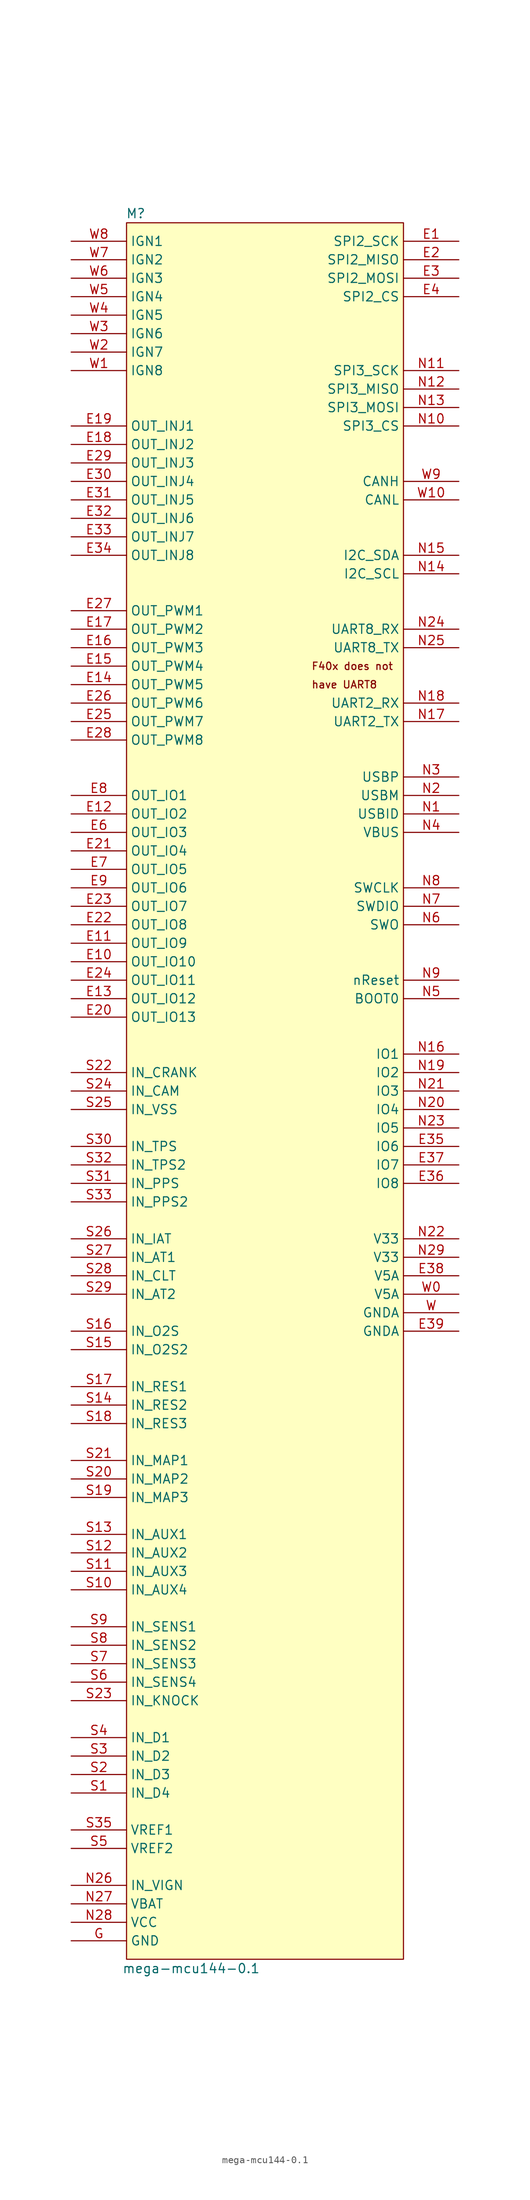
<source format=kicad_sym>
(kicad_symbol_lib
  (version 20211014)
  (generator kicad_symbol_editor)
  (symbol "mega-mcu144-0.1"
    (property "Reference" "M"
      (at 8.89 3.81 0)
      (effects (font (size 1.27 1.27))))
    (property "Value" "mega-mcu144-0.1"
      (at 16.51 -237.49 0)
      (effects (font (size 1.27 1.27))))
    (symbol "mega-mcu144-0.1_1_0"
      (rectangle (start 45.72 2.54) (end 7.62 -236.22) (stroke (width 0) (type default) (color 0 0 0 0)) (fill (type background)))
      (text "F40x does not" (at 33.02 -58.42 0) (effects (font (size 1.016 1.016)) (justify left)))
      (text "have UART8" (at 33.02 -60.96 0) (effects (font (size 1.016 1.016)) (justify left)))
      (pin passive line (at 53.34 0 180) (length 7.62) (name "SPI2_SCK" (effects (font (size 1.27 1.27)))) (number "E1" (effects (font (size 1.27 1.27)))))
      (pin passive line (at 0 -99.06 0) (length 7.62) (name "OUT_IO10" (effects (font (size 1.27 1.27)))) (number "E10" (effects (font (size 1.27 1.27)))))
      (pin passive line (at 0 -96.52 0) (length 7.62) (name "OUT_IO9" (effects (font (size 1.27 1.27)))) (number "E11" (effects (font (size 1.27 1.27)))))
      (pin passive line (at 0 -78.74 0) (length 7.62) (name "OUT_IO2" (effects (font (size 1.27 1.27)))) (number "E12" (effects (font (size 1.27 1.27)))))
      (pin passive line (at 0 -104.14 0) (length 7.62) (name "OUT_IO12" (effects (font (size 1.27 1.27)))) (number "E13" (effects (font (size 1.27 1.27)))))
      (pin passive line (at 0 -60.96 0) (length 7.62) (name "OUT_PWM5" (effects (font (size 1.27 1.27)))) (number "E14" (effects (font (size 1.27 1.27)))))
      (pin passive line (at 0 -58.42 0) (length 7.62) (name "OUT_PWM4" (effects (font (size 1.27 1.27)))) (number "E15" (effects (font (size 1.27 1.27)))))
      (pin passive line (at 0 -55.88 0) (length 7.62) (name "OUT_PWM3" (effects (font (size 1.27 1.27)))) (number "E16" (effects (font (size 1.27 1.27)))))
      (pin passive line (at 0 -53.34 0) (length 7.62) (name "OUT_PWM2" (effects (font (size 1.27 1.27)))) (number "E17" (effects (font (size 1.27 1.27)))))
      (pin passive line (at 0 -27.94 0) (length 7.62) (name "OUT_INJ2" (effects (font (size 1.27 1.27)))) (number "E18" (effects (font (size 1.27 1.27)))))
      (pin passive line (at 0 -25.4 0) (length 7.62) (name "OUT_INJ1" (effects (font (size 1.27 1.27)))) (number "E19" (effects (font (size 1.27 1.27)))))
      (pin passive line (at 53.34 -2.54 180) (length 7.62) (name "SPI2_MISO" (effects (font (size 1.27 1.27)))) (number "E2" (effects (font (size 1.27 1.27)))))
      (pin passive line (at 0 -106.68 0) (length 7.62) (name "OUT_IO13" (effects (font (size 1.27 1.27)))) (number "E20" (effects (font (size 1.27 1.27)))))
      (pin passive line (at 0 -83.82 0) (length 7.62) (name "OUT_IO4" (effects (font (size 1.27 1.27)))) (number "E21" (effects (font (size 1.27 1.27)))))
      (pin passive line (at 0 -93.98 0) (length 7.62) (name "OUT_IO8" (effects (font (size 1.27 1.27)))) (number "E22" (effects (font (size 1.27 1.27)))))
      (pin passive line (at 0 -91.44 0) (length 7.62) (name "OUT_IO7" (effects (font (size 1.27 1.27)))) (number "E23" (effects (font (size 1.27 1.27)))))
      (pin passive line (at 0 -101.6 0) (length 7.62) (name "OUT_IO11" (effects (font (size 1.27 1.27)))) (number "E24" (effects (font (size 1.27 1.27)))))
      (pin passive line (at 0 -66.04 0) (length 7.62) (name "OUT_PWM7" (effects (font (size 1.27 1.27)))) (number "E25" (effects (font (size 1.27 1.27)))))
      (pin passive line (at 0 -63.5 0) (length 7.62) (name "OUT_PWM6" (effects (font (size 1.27 1.27)))) (number "E26" (effects (font (size 1.27 1.27)))))
      (pin passive line (at 0 -50.8 0) (length 7.62) (name "OUT_PWM1" (effects (font (size 1.27 1.27)))) (number "E27" (effects (font (size 1.27 1.27)))))
      (pin passive line (at 0 -68.58 0) (length 7.62) (name "OUT_PWM8" (effects (font (size 1.27 1.27)))) (number "E28" (effects (font (size 1.27 1.27)))))
      (pin passive line (at 0 -30.48 0) (length 7.62) (name "OUT_INJ3" (effects (font (size 1.27 1.27)))) (number "E29" (effects (font (size 1.27 1.27)))))
      (pin passive line (at 53.34 -5.08 180) (length 7.62) (name "SPI2_MOSI" (effects (font (size 1.27 1.27)))) (number "E3" (effects (font (size 1.27 1.27)))))
      (pin passive line (at 0 -33.02 0) (length 7.62) (name "OUT_INJ4" (effects (font (size 1.27 1.27)))) (number "E30" (effects (font (size 1.27 1.27)))))
      (pin passive line (at 0 -35.56 0) (length 7.62) (name "OUT_INJ5" (effects (font (size 1.27 1.27)))) (number "E31" (effects (font (size 1.27 1.27)))))
      (pin passive line (at 0 -38.1 0) (length 7.62) (name "OUT_INJ6" (effects (font (size 1.27 1.27)))) (number "E32" (effects (font (size 1.27 1.27)))))
      (pin passive line (at 0 -40.64 0) (length 7.62) (name "OUT_INJ7" (effects (font (size 1.27 1.27)))) (number "E33" (effects (font (size 1.27 1.27)))))
      (pin passive line (at 0 -43.18 0) (length 7.62) (name "OUT_INJ8" (effects (font (size 1.27 1.27)))) (number "E34" (effects (font (size 1.27 1.27)))))
      (pin passive line (at 53.34 -124.46 180) (length 7.62) (name "IO6" (effects (font (size 1.27 1.27)))) (number "E35" (effects (font (size 1.27 1.27)))))
      (pin passive line (at 53.34 -129.54 180) (length 7.62) (name "IO8" (effects (font (size 1.27 1.27)))) (number "E36" (effects (font (size 1.27 1.27)))))
      (pin passive line (at 53.34 -127 180) (length 7.62) (name "IO7" (effects (font (size 1.27 1.27)))) (number "E37" (effects (font (size 1.27 1.27)))))
      (pin passive line (at 53.34 -142.24 180) (length 7.62) (name "V5A" (effects (font (size 1.27 1.27)))) (number "E38" (effects (font (size 1.27 1.27)))))
      (pin passive line (at 53.34 -149.86 180) (length 7.62) (name "GNDA" (effects (font (size 1.27 1.27)))) (number "E39" (effects (font (size 1.27 1.27)))))
      (pin passive line (at 53.34 -7.62 180) (length 7.62) (name "SPI2_CS" (effects (font (size 1.27 1.27)))) (number "E4" (effects (font (size 1.27 1.27)))))
      (pin passive line (at 0 -81.28 0) (length 7.62) (name "OUT_IO3" (effects (font (size 1.27 1.27)))) (number "E6" (effects (font (size 1.27 1.27)))))
      (pin passive line (at 0 -86.36 0) (length 7.62) (name "OUT_IO5" (effects (font (size 1.27 1.27)))) (number "E7" (effects (font (size 1.27 1.27)))))
      (pin passive line (at 0 -76.2 0) (length 7.62) (name "OUT_IO1" (effects (font (size 1.27 1.27)))) (number "E8" (effects (font (size 1.27 1.27)))))
      (pin passive line (at 0 -88.9 0) (length 7.62) (name "OUT_IO6" (effects (font (size 1.27 1.27)))) (number "E9" (effects (font (size 1.27 1.27)))))
      (pin passive line (at 0 -233.68 0) (length 7.62) (name "GND" (effects (font (size 1.27 1.27)))) (number "G" (effects (font (size 1.27 1.27)))))
      (pin passive line (at 53.34 -78.74 180) (length 7.62) (name "USBID" (effects (font (size 1.27 1.27)))) (number "N1" (effects (font (size 1.27 1.27)))))
      (pin passive line (at 53.34 -25.4 180) (length 7.62) (name "SPI3_CS" (effects (font (size 1.27 1.27)))) (number "N10" (effects (font (size 1.27 1.27)))))
      (pin passive line (at 53.34 -17.78 180) (length 7.62) (name "SPI3_SCK" (effects (font (size 1.27 1.27)))) (number "N11" (effects (font (size 1.27 1.27)))))
      (pin passive line (at 53.34 -20.32 180) (length 7.62) (name "SPI3_MISO" (effects (font (size 1.27 1.27)))) (number "N12" (effects (font (size 1.27 1.27)))))
      (pin passive line (at 53.34 -22.86 180) (length 7.62) (name "SPI3_MOSI" (effects (font (size 1.27 1.27)))) (number "N13" (effects (font (size 1.27 1.27)))))
      (pin passive line (at 53.34 -45.72 180) (length 7.62) (name "I2C_SCL" (effects (font (size 1.27 1.27)))) (number "N14" (effects (font (size 1.27 1.27)))))
      (pin passive line (at 53.34 -43.18 180) (length 7.62) (name "I2C_SDA" (effects (font (size 1.27 1.27)))) (number "N15" (effects (font (size 1.27 1.27)))))
      (pin passive line (at 53.34 -111.76 180) (length 7.62) (name "IO1" (effects (font (size 1.27 1.27)))) (number "N16" (effects (font (size 1.27 1.27)))))
      (pin passive line (at 53.34 -66.04 180) (length 7.62) (name "UART2_TX" (effects (font (size 1.27 1.27)))) (number "N17" (effects (font (size 1.27 1.27)))))
      (pin passive line (at 53.34 -63.5 180) (length 7.62) (name "UART2_RX" (effects (font (size 1.27 1.27)))) (number "N18" (effects (font (size 1.27 1.27)))))
      (pin passive line (at 53.34 -114.3 180) (length 7.62) (name "IO2" (effects (font (size 1.27 1.27)))) (number "N19" (effects (font (size 1.27 1.27)))))
      (pin passive line (at 53.34 -76.2 180) (length 7.62) (name "USBM" (effects (font (size 1.27 1.27)))) (number "N2" (effects (font (size 1.27 1.27)))))
      (pin passive line (at 53.34 -119.38 180) (length 7.62) (name "IO4" (effects (font (size 1.27 1.27)))) (number "N20" (effects (font (size 1.27 1.27)))))
      (pin passive line (at 53.34 -116.84 180) (length 7.62) (name "IO3" (effects (font (size 1.27 1.27)))) (number "N21" (effects (font (size 1.27 1.27)))))
      (pin passive line (at 53.34 -137.16 180) (length 7.62) (name "V33" (effects (font (size 1.27 1.27)))) (number "N22" (effects (font (size 1.27 1.27)))))
      (pin passive line (at 53.34 -121.92 180) (length 7.62) (name "IO5" (effects (font (size 1.27 1.27)))) (number "N23" (effects (font (size 1.27 1.27)))))
      (pin passive line (at 53.34 -53.34 180) (length 7.62) (name "UART8_RX" (effects (font (size 1.27 1.27)))) (number "N24" (effects (font (size 1.27 1.27)))))
      (pin passive line (at 53.34 -55.88 180) (length 7.62) (name "UART8_TX" (effects (font (size 1.27 1.27)))) (number "N25" (effects (font (size 1.27 1.27)))))
      (pin passive line (at 0 -226.06 0) (length 7.62) (name "IN_VIGN" (effects (font (size 1.27 1.27)))) (number "N26" (effects (font (size 1.27 1.27)))))
      (pin passive line (at 0 -228.6 0) (length 7.62) (name "VBAT" (effects (font (size 1.27 1.27)))) (number "N27" (effects (font (size 1.27 1.27)))))
      (pin passive line (at 0 -231.14 0) (length 7.62) (name "VCC" (effects (font (size 1.27 1.27)))) (number "N28" (effects (font (size 1.27 1.27)))))
      (pin passive line (at 53.34 -139.7 180) (length 7.62) (name "V33" (effects (font (size 1.27 1.27)))) (number "N29" (effects (font (size 1.27 1.27)))))
      (pin passive line (at 53.34 -73.66 180) (length 7.62) (name "USBP" (effects (font (size 1.27 1.27)))) (number "N3" (effects (font (size 1.27 1.27)))))
      (pin passive line (at 53.34 -81.28 180) (length 7.62) (name "VBUS" (effects (font (size 1.27 1.27)))) (number "N4" (effects (font (size 1.27 1.27)))))
      (pin passive line (at 53.34 -104.14 180) (length 7.62) (name "BOOT0" (effects (font (size 1.27 1.27)))) (number "N5" (effects (font (size 1.27 1.27)))))
      (pin passive line (at 53.34 -93.98 180) (length 7.62) (name "SWO" (effects (font (size 1.27 1.27)))) (number "N6" (effects (font (size 1.27 1.27)))))
      (pin passive line (at 53.34 -91.44 180) (length 7.62) (name "SWDIO" (effects (font (size 1.27 1.27)))) (number "N7" (effects (font (size 1.27 1.27)))))
      (pin passive line (at 53.34 -88.9 180) (length 7.62) (name "SWCLK" (effects (font (size 1.27 1.27)))) (number "N8" (effects (font (size 1.27 1.27)))))
      (pin passive line (at 53.34 -101.6 180) (length 7.62) (name "nReset" (effects (font (size 1.27 1.27)))) (number "N9" (effects (font (size 1.27 1.27)))))
      (pin passive line (at 0 -213.36 0) (length 7.62) (name "IN_D4" (effects (font (size 1.27 1.27)))) (number "S1" (effects (font (size 1.27 1.27)))))
      (pin passive line (at 0 -185.42 0) (length 7.62) (name "IN_AUX4" (effects (font (size 1.27 1.27)))) (number "S10" (effects (font (size 1.27 1.27)))))
      (pin passive line (at 0 -182.88 0) (length 7.62) (name "IN_AUX3" (effects (font (size 1.27 1.27)))) (number "S11" (effects (font (size 1.27 1.27)))))
      (pin passive line (at 0 -180.34 0) (length 7.62) (name "IN_AUX2" (effects (font (size 1.27 1.27)))) (number "S12" (effects (font (size 1.27 1.27)))))
      (pin passive line (at 0 -177.8 0) (length 7.62) (name "IN_AUX1" (effects (font (size 1.27 1.27)))) (number "S13" (effects (font (size 1.27 1.27)))))
      (pin passive line (at 0 -160.02 0) (length 7.62) (name "IN_RES2" (effects (font (size 1.27 1.27)))) (number "S14" (effects (font (size 1.27 1.27)))))
      (pin passive line (at 0 -152.4 0) (length 7.62) (name "IN_O2S2" (effects (font (size 1.27 1.27)))) (number "S15" (effects (font (size 1.27 1.27)))))
      (pin passive line (at 0 -149.86 0) (length 7.62) (name "IN_O2S" (effects (font (size 1.27 1.27)))) (number "S16" (effects (font (size 1.27 1.27)))))
      (pin passive line (at 0 -157.48 0) (length 7.62) (name "IN_RES1" (effects (font (size 1.27 1.27)))) (number "S17" (effects (font (size 1.27 1.27)))))
      (pin passive line (at 0 -162.56 0) (length 7.62) (name "IN_RES3" (effects (font (size 1.27 1.27)))) (number "S18" (effects (font (size 1.27 1.27)))))
      (pin passive line (at 0 -172.72 0) (length 7.62) (name "IN_MAP3" (effects (font (size 1.27 1.27)))) (number "S19" (effects (font (size 1.27 1.27)))))
      (pin passive line (at 0 -210.82 0) (length 7.62) (name "IN_D3" (effects (font (size 1.27 1.27)))) (number "S2" (effects (font (size 1.27 1.27)))))
      (pin passive line (at 0 -170.18 0) (length 7.62) (name "IN_MAP2" (effects (font (size 1.27 1.27)))) (number "S20" (effects (font (size 1.27 1.27)))))
      (pin passive line (at 0 -167.64 0) (length 7.62) (name "IN_MAP1" (effects (font (size 1.27 1.27)))) (number "S21" (effects (font (size 1.27 1.27)))))
      (pin passive line (at 0 -114.3 0) (length 7.62) (name "IN_CRANK" (effects (font (size 1.27 1.27)))) (number "S22" (effects (font (size 1.27 1.27)))))
      (pin passive line (at 0 -200.66 0) (length 7.62) (name "IN_KNOCK" (effects (font (size 1.27 1.27)))) (number "S23" (effects (font (size 1.27 1.27)))))
      (pin passive line (at 0 -116.84 0) (length 7.62) (name "IN_CAM" (effects (font (size 1.27 1.27)))) (number "S24" (effects (font (size 1.27 1.27)))))
      (pin passive line (at 0 -119.38 0) (length 7.62) (name "IN_VSS" (effects (font (size 1.27 1.27)))) (number "S25" (effects (font (size 1.27 1.27)))))
      (pin passive line (at 0 -137.16 0) (length 7.62) (name "IN_IAT" (effects (font (size 1.27 1.27)))) (number "S26" (effects (font (size 1.27 1.27)))))
      (pin passive line (at 0 -139.7 0) (length 7.62) (name "IN_AT1" (effects (font (size 1.27 1.27)))) (number "S27" (effects (font (size 1.27 1.27)))))
      (pin passive line (at 0 -142.24 0) (length 7.62) (name "IN_CLT" (effects (font (size 1.27 1.27)))) (number "S28" (effects (font (size 1.27 1.27)))))
      (pin passive line (at 0 -144.78 0) (length 7.62) (name "IN_AT2" (effects (font (size 1.27 1.27)))) (number "S29" (effects (font (size 1.27 1.27)))))
      (pin passive line (at 0 -208.28 0) (length 7.62) (name "IN_D2" (effects (font (size 1.27 1.27)))) (number "S3" (effects (font (size 1.27 1.27)))))
      (pin passive line (at 0 -124.46 0) (length 7.62) (name "IN_TPS" (effects (font (size 1.27 1.27)))) (number "S30" (effects (font (size 1.27 1.27)))))
      (pin passive line (at 0 -129.54 0) (length 7.62) (name "IN_PPS" (effects (font (size 1.27 1.27)))) (number "S31" (effects (font (size 1.27 1.27)))))
      (pin passive line (at 0 -127 0) (length 7.62) (name "IN_TPS2" (effects (font (size 1.27 1.27)))) (number "S32" (effects (font (size 1.27 1.27)))))
      (pin passive line (at 0 -132.08 0) (length 7.62) (name "IN_PPS2" (effects (font (size 1.27 1.27)))) (number "S33" (effects (font (size 1.27 1.27)))))
      (pin passive line (at 0 -218.44 0) (length 7.62) (name "VREF1" (effects (font (size 1.27 1.27)))) (number "S35" (effects (font (size 1.27 1.27)))))
      (pin passive line (at 0 -205.74 0) (length 7.62) (name "IN_D1" (effects (font (size 1.27 1.27)))) (number "S4" (effects (font (size 1.27 1.27)))))
      (pin passive line (at 0 -220.98 0) (length 7.62) (name "VREF2" (effects (font (size 1.27 1.27)))) (number "S5" (effects (font (size 1.27 1.27)))))
      (pin passive line (at 0 -198.12 0) (length 7.62) (name "IN_SENS4" (effects (font (size 1.27 1.27)))) (number "S6" (effects (font (size 1.27 1.27)))))
      (pin passive line (at 0 -195.58 0) (length 7.62) (name "IN_SENS3" (effects (font (size 1.27 1.27)))) (number "S7" (effects (font (size 1.27 1.27)))))
      (pin passive line (at 0 -193.04 0) (length 7.62) (name "IN_SENS2" (effects (font (size 1.27 1.27)))) (number "S8" (effects (font (size 1.27 1.27)))))
      (pin passive line (at 0 -190.5 0) (length 7.62) (name "IN_SENS1" (effects (font (size 1.27 1.27)))) (number "S9" (effects (font (size 1.27 1.27)))))
      (pin passive line (at 53.34 -147.32 180) (length 7.62) (name "GNDA" (effects (font (size 1.27 1.27)))) (number "W" (effects (font (size 1.27 1.27)))))
      (pin passive line (at 53.34 -144.78 180) (length 7.62) (name "V5A" (effects (font (size 1.27 1.27)))) (number "W0" (effects (font (size 1.27 1.27)))))
      (pin passive line (at 0 -17.78 0) (length 7.62) (name "IGN8" (effects (font (size 1.27 1.27)))) (number "W1" (effects (font (size 1.27 1.27)))))
      (pin passive line (at 53.34 -35.56 180) (length 7.62) (name "CANL" (effects (font (size 1.27 1.27)))) (number "W10" (effects (font (size 1.27 1.27)))))
      (pin passive line (at 0 -15.24 0) (length 7.62) (name "IGN7" (effects (font (size 1.27 1.27)))) (number "W2" (effects (font (size 1.27 1.27)))))
      (pin passive line (at 0 -12.7 0) (length 7.62) (name "IGN6" (effects (font (size 1.27 1.27)))) (number "W3" (effects (font (size 1.27 1.27)))))
      (pin passive line (at 0 -10.16 0) (length 7.62) (name "IGN5" (effects (font (size 1.27 1.27)))) (number "W4" (effects (font (size 1.27 1.27)))))
      (pin passive line (at 0 -7.62 0) (length 7.62) (name "IGN4" (effects (font (size 1.27 1.27)))) (number "W5" (effects (font (size 1.27 1.27)))))
      (pin passive line (at 0 -5.08 0) (length 7.62) (name "IGN3" (effects (font (size 1.27 1.27)))) (number "W6" (effects (font (size 1.27 1.27)))))
      (pin passive line (at 0 -2.54 0) (length 7.62) (name "IGN2" (effects (font (size 1.27 1.27)))) (number "W7" (effects (font (size 1.27 1.27)))))
      (pin passive line (at 0 0 0) (length 7.62) (name "IGN1" (effects (font (size 1.27 1.27)))) (number "W8" (effects (font (size 1.27 1.27)))))
      (pin passive line (at 53.34 -33.02 180) (length 7.62) (name "CANH" (effects (font (size 1.27 1.27)))) (number "W9" (effects (font (size 1.27 1.27))))))))
</source>
